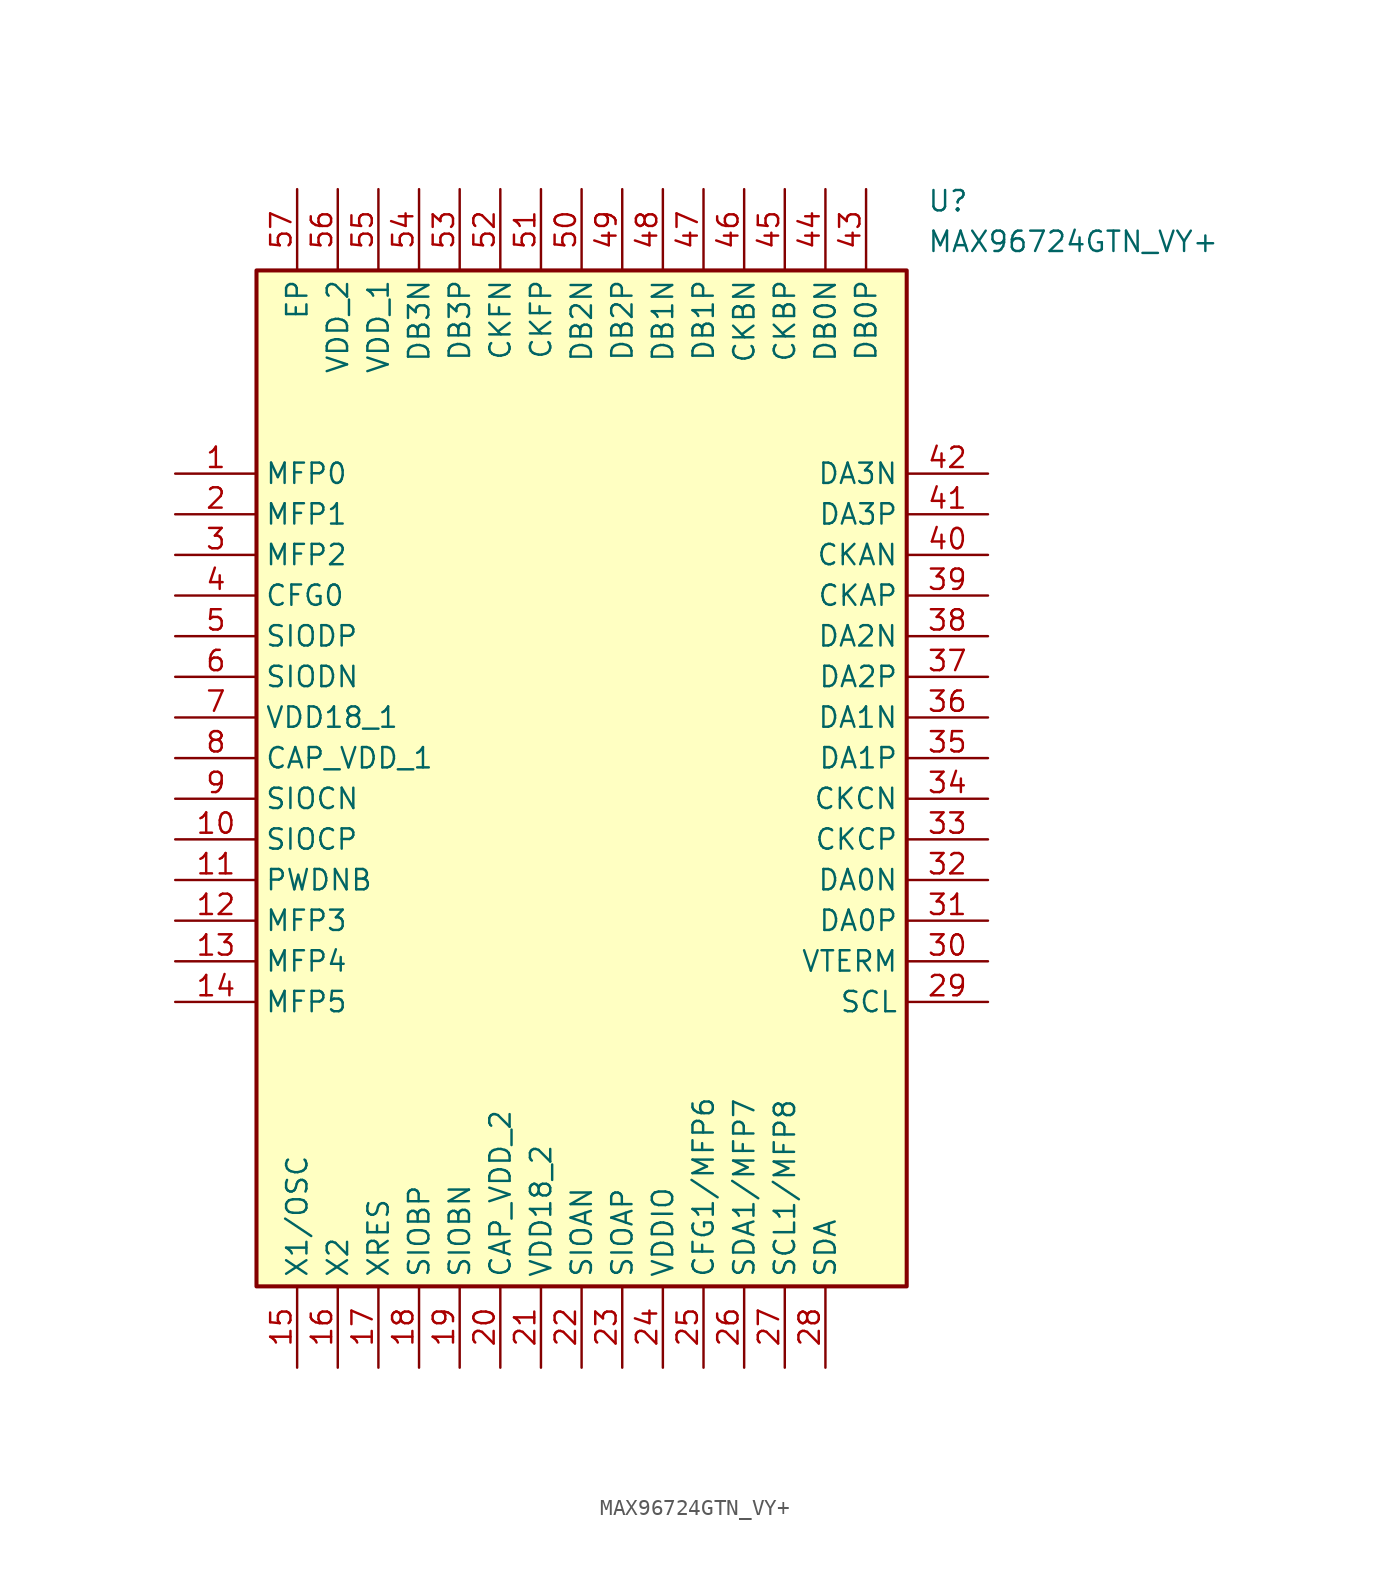
<source format=kicad_sym>
(kicad_symbol_lib
  (version 20241209)
  (generator "kicad_symbol_editor")
  (generator_version "9.0")
  (symbol "MAX96724GTN_VY+"
    (property "Reference" "U"
      (at 46.99 17.78 0)
      (effects (font (size 1.27 1.27)) (justify left top)))
    (property "Value" "MAX96724GTN_VY+"
      (at 46.99 15.24 0)
      (effects (font (size 1.27 1.27)) (justify left top)))
    (symbol "MAX96724GTN_VY+_1_1"
      (rectangle (start 5.08 12.7) (end 45.72 -50.8) (stroke (width 0.254) (type default)) (fill (type background)))
      (pin passive line (at 0 0 0) (length 5.08) (name "MFP0" (effects (font (size 1.27 1.27)))) (number "1" (effects (font (size 1.27 1.27)))))
      (pin passive line (at 0 -2.54 0) (length 5.08) (name "MFP1" (effects (font (size 1.27 1.27)))) (number "2" (effects (font (size 1.27 1.27)))))
      (pin passive line (at 0 -5.08 0) (length 5.08) (name "MFP2" (effects (font (size 1.27 1.27)))) (number "3" (effects (font (size 1.27 1.27)))))
      (pin passive line (at 0 -7.62 0) (length 5.08) (name "CFG0" (effects (font (size 1.27 1.27)))) (number "4" (effects (font (size 1.27 1.27)))))
      (pin passive line (at 0 -10.16 0) (length 5.08) (name "SIODP" (effects (font (size 1.27 1.27)))) (number "5" (effects (font (size 1.27 1.27)))))
      (pin passive line (at 0 -12.7 0) (length 5.08) (name "SIODN" (effects (font (size 1.27 1.27)))) (number "6" (effects (font (size 1.27 1.27)))))
      (pin passive line (at 0 -15.24 0) (length 5.08) (name "VDD18_1" (effects (font (size 1.27 1.27)))) (number "7" (effects (font (size 1.27 1.27)))))
      (pin passive line (at 0 -17.78 0) (length 5.08) (name "CAP_VDD_1" (effects (font (size 1.27 1.27)))) (number "8" (effects (font (size 1.27 1.27)))))
      (pin passive line (at 0 -20.32 0) (length 5.08) (name "SIOCN" (effects (font (size 1.27 1.27)))) (number "9" (effects (font (size 1.27 1.27)))))
      (pin passive line (at 0 -22.86 0) (length 5.08) (name "SIOCP" (effects (font (size 1.27 1.27)))) (number "10" (effects (font (size 1.27 1.27)))))
      (pin passive line (at 0 -25.4 0) (length 5.08) (name "PWDNB" (effects (font (size 1.27 1.27)))) (number "11" (effects (font (size 1.27 1.27)))))
      (pin passive line (at 0 -27.94 0) (length 5.08) (name "MFP3" (effects (font (size 1.27 1.27)))) (number "12" (effects (font (size 1.27 1.27)))))
      (pin passive line (at 0 -30.48 0) (length 5.08) (name "MFP4" (effects (font (size 1.27 1.27)))) (number "13" (effects (font (size 1.27 1.27)))))
      (pin passive line (at 0 -33.02 0) (length 5.08) (name "MFP5" (effects (font (size 1.27 1.27)))) (number "14" (effects (font (size 1.27 1.27)))))
      (pin passive line (at 7.62 17.78 270) (length 5.08) (name "EP" (effects (font (size 1.27 1.27)))) (number "57" (effects (font (size 1.27 1.27)))))
      (pin passive line (at 7.62 -55.88 90) (length 5.08) (name "X1/OSC" (effects (font (size 1.27 1.27)))) (number "15" (effects (font (size 1.27 1.27)))))
      (pin passive line (at 10.16 17.78 270) (length 5.08) (name "VDD_2" (effects (font (size 1.27 1.27)))) (number "56" (effects (font (size 1.27 1.27)))))
      (pin passive line (at 10.16 -55.88 90) (length 5.08) (name "X2" (effects (font (size 1.27 1.27)))) (number "16" (effects (font (size 1.27 1.27)))))
      (pin passive line (at 12.7 17.78 270) (length 5.08) (name "VDD_1" (effects (font (size 1.27 1.27)))) (number "55" (effects (font (size 1.27 1.27)))))
      (pin passive line (at 12.7 -55.88 90) (length 5.08) (name "XRES" (effects (font (size 1.27 1.27)))) (number "17" (effects (font (size 1.27 1.27)))))
      (pin passive line (at 15.24 17.78 270) (length 5.08) (name "DB3N" (effects (font (size 1.27 1.27)))) (number "54" (effects (font (size 1.27 1.27)))))
      (pin passive line (at 15.24 -55.88 90) (length 5.08) (name "SIOBP" (effects (font (size 1.27 1.27)))) (number "18" (effects (font (size 1.27 1.27)))))
      (pin passive line (at 17.78 17.78 270) (length 5.08) (name "DB3P" (effects (font (size 1.27 1.27)))) (number "53" (effects (font (size 1.27 1.27)))))
      (pin passive line (at 17.78 -55.88 90) (length 5.08) (name "SIOBN" (effects (font (size 1.27 1.27)))) (number "19" (effects (font (size 1.27 1.27)))))
      (pin passive line (at 20.32 17.78 270) (length 5.08) (name "CKFN" (effects (font (size 1.27 1.27)))) (number "52" (effects (font (size 1.27 1.27)))))
      (pin passive line (at 20.32 -55.88 90) (length 5.08) (name "CAP_VDD_2" (effects (font (size 1.27 1.27)))) (number "20" (effects (font (size 1.27 1.27)))))
      (pin passive line (at 22.86 17.78 270) (length 5.08) (name "CKFP" (effects (font (size 1.27 1.27)))) (number "51" (effects (font (size 1.27 1.27)))))
      (pin passive line (at 22.86 -55.88 90) (length 5.08) (name "VDD18_2" (effects (font (size 1.27 1.27)))) (number "21" (effects (font (size 1.27 1.27)))))
      (pin passive line (at 25.4 17.78 270) (length 5.08) (name "DB2N" (effects (font (size 1.27 1.27)))) (number "50" (effects (font (size 1.27 1.27)))))
      (pin passive line (at 25.4 -55.88 90) (length 5.08) (name "SIOAN" (effects (font (size 1.27 1.27)))) (number "22" (effects (font (size 1.27 1.27)))))
      (pin passive line (at 27.94 17.78 270) (length 5.08) (name "DB2P" (effects (font (size 1.27 1.27)))) (number "49" (effects (font (size 1.27 1.27)))))
      (pin passive line (at 27.94 -55.88 90) (length 5.08) (name "SIOAP" (effects (font (size 1.27 1.27)))) (number "23" (effects (font (size 1.27 1.27)))))
      (pin passive line (at 30.48 17.78 270) (length 5.08) (name "DB1N" (effects (font (size 1.27 1.27)))) (number "48" (effects (font (size 1.27 1.27)))))
      (pin passive line (at 30.48 -55.88 90) (length 5.08) (name "VDDIO" (effects (font (size 1.27 1.27)))) (number "24" (effects (font (size 1.27 1.27)))))
      (pin passive line (at 33.02 17.78 270) (length 5.08) (name "DB1P" (effects (font (size 1.27 1.27)))) (number "47" (effects (font (size 1.27 1.27)))))
      (pin passive line (at 33.02 -55.88 90) (length 5.08) (name "CFG1/MFP6" (effects (font (size 1.27 1.27)))) (number "25" (effects (font (size 1.27 1.27)))))
      (pin passive line (at 35.56 17.78 270) (length 5.08) (name "CKBN" (effects (font (size 1.27 1.27)))) (number "46" (effects (font (size 1.27 1.27)))))
      (pin passive line (at 35.56 -55.88 90) (length 5.08) (name "SDA1/MFP7" (effects (font (size 1.27 1.27)))) (number "26" (effects (font (size 1.27 1.27)))))
      (pin passive line (at 38.1 17.78 270) (length 5.08) (name "CKBP" (effects (font (size 1.27 1.27)))) (number "45" (effects (font (size 1.27 1.27)))))
      (pin passive line (at 38.1 -55.88 90) (length 5.08) (name "SCL1/MFP8" (effects (font (size 1.27 1.27)))) (number "27" (effects (font (size 1.27 1.27)))))
      (pin passive line (at 40.64 17.78 270) (length 5.08) (name "DB0N" (effects (font (size 1.27 1.27)))) (number "44" (effects (font (size 1.27 1.27)))))
      (pin passive line (at 40.64 -55.88 90) (length 5.08) (name "SDA" (effects (font (size 1.27 1.27)))) (number "28" (effects (font (size 1.27 1.27)))))
      (pin passive line (at 43.18 17.78 270) (length 5.08) (name "DB0P" (effects (font (size 1.27 1.27)))) (number "43" (effects (font (size 1.27 1.27)))))
      (pin passive line (at 50.8 0 180) (length 5.08) (name "DA3N" (effects (font (size 1.27 1.27)))) (number "42" (effects (font (size 1.27 1.27)))))
      (pin passive line (at 50.8 -2.54 180) (length 5.08) (name "DA3P" (effects (font (size 1.27 1.27)))) (number "41" (effects (font (size 1.27 1.27)))))
      (pin passive line (at 50.8 -5.08 180) (length 5.08) (name "CKAN" (effects (font (size 1.27 1.27)))) (number "40" (effects (font (size 1.27 1.27)))))
      (pin passive line (at 50.8 -7.62 180) (length 5.08) (name "CKAP" (effects (font (size 1.27 1.27)))) (number "39" (effects (font (size 1.27 1.27)))))
      (pin passive line (at 50.8 -10.16 180) (length 5.08) (name "DA2N" (effects (font (size 1.27 1.27)))) (number "38" (effects (font (size 1.27 1.27)))))
      (pin passive line (at 50.8 -12.7 180) (length 5.08) (name "DA2P" (effects (font (size 1.27 1.27)))) (number "37" (effects (font (size 1.27 1.27)))))
      (pin passive line (at 50.8 -15.24 180) (length 5.08) (name "DA1N" (effects (font (size 1.27 1.27)))) (number "36" (effects (font (size 1.27 1.27)))))
      (pin passive line (at 50.8 -17.78 180) (length 5.08) (name "DA1P" (effects (font (size 1.27 1.27)))) (number "35" (effects (font (size 1.27 1.27)))))
      (pin passive line (at 50.8 -20.32 180) (length 5.08) (name "CKCN" (effects (font (size 1.27 1.27)))) (number "34" (effects (font (size 1.27 1.27)))))
      (pin passive line (at 50.8 -22.86 180) (length 5.08) (name "CKCP" (effects (font (size 1.27 1.27)))) (number "33" (effects (font (size 1.27 1.27)))))
      (pin passive line (at 50.8 -25.4 180) (length 5.08) (name "DA0N" (effects (font (size 1.27 1.27)))) (number "32" (effects (font (size 1.27 1.27)))))
      (pin passive line (at 50.8 -27.94 180) (length 5.08) (name "DA0P" (effects (font (size 1.27 1.27)))) (number "31" (effects (font (size 1.27 1.27)))))
      (pin passive line (at 50.8 -30.48 180) (length 5.08) (name "VTERM" (effects (font (size 1.27 1.27)))) (number "30" (effects (font (size 1.27 1.27)))))
      (pin passive line (at 50.8 -33.02 180) (length 5.08) (name "SCL" (effects (font (size 1.27 1.27)))) (number "29" (effects (font (size 1.27 1.27))))))))
</source>
